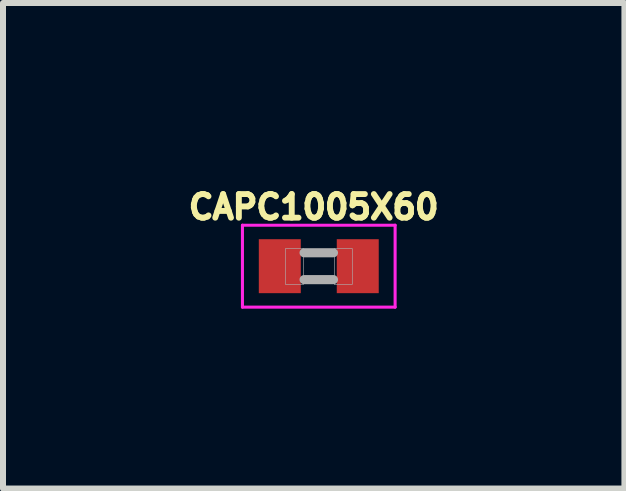
<source format=kicad_pcb>
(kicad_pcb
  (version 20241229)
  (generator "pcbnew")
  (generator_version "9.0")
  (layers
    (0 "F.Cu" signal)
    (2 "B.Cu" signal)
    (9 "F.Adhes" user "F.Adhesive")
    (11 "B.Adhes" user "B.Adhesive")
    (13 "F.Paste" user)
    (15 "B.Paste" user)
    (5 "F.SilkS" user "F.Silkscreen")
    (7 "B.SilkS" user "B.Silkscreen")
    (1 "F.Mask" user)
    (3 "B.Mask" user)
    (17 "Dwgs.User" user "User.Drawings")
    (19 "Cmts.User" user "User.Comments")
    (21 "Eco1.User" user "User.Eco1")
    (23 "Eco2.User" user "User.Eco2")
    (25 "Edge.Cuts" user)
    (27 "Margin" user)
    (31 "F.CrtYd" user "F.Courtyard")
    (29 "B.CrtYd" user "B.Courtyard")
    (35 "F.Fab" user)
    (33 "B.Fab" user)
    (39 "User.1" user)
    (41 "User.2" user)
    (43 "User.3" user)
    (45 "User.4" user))
  (footprint "CAPC1005X60"
    (layer "F.Cu")
    (at 2.266 1.389)
    (property "Reference" "CAPC1005X60" (at -0.085 -0.986 0) (layer "F.SilkS") (effects (font (size 0.394 0.394) (thickness 0.15))))
    (attr smd)
    (fp_line (start -1.273 -0.683) (end 1.273 -0.683) (stroke (width 0.051) (type solid)) (layer "F.CrtYd"))
    (fp_line (start -1.273 0.683) (end -1.273 -0.683) (stroke (width 0.051) (type solid)) (layer "F.CrtYd"))
    (fp_line (start 1.273 -0.683) (end 1.273 0.683) (stroke (width 0.051) (type solid)) (layer "F.CrtYd"))
    (fp_line (start 1.273 0.683) (end -1.273 0.683) (stroke (width 0.051) (type solid)) (layer "F.CrtYd"))
    (fp_line (start -0.245 -0.224) (end 0.245 -0.224) (stroke (width 0.152) (type solid)) (layer "F.Fab"))
    (fp_line (start 0.245 0.224) (end -0.245 0.224) (stroke (width 0.152) (type solid)) (layer "F.Fab"))
    (fp_poly (pts (xy -0.555 -0.295) (xy -0.254 -0.295) (xy -0.254 0.305) (xy -0.555 0.305)) (stroke (width 0.01) (type solid)) (fill no) (layer "F.Fab"))
    (fp_poly (pts (xy 0.259 -0.295) (xy 0.559 -0.295) (xy 0.559 0.305) (xy 0.259 0.305)) (stroke (width 0.01) (type solid)) (fill no) (layer "F.Fab"))
    (pad "1" smd rect (at -0.65 0) (size 0.7 0.9) (layers "F.Cu" "F.Mask" "F.Paste"))
    (pad "2" smd rect (at 0.65 0) (size 0.7 0.9) (layers "F.Cu" "F.Mask" "F.Paste")))
  (gr_rect
    (start -3 -3)
    (end 7.363 5.097)
    (stroke (width 0.1) (type default))
    (fill no)
    (layer "Edge.Cuts")))
</source>
